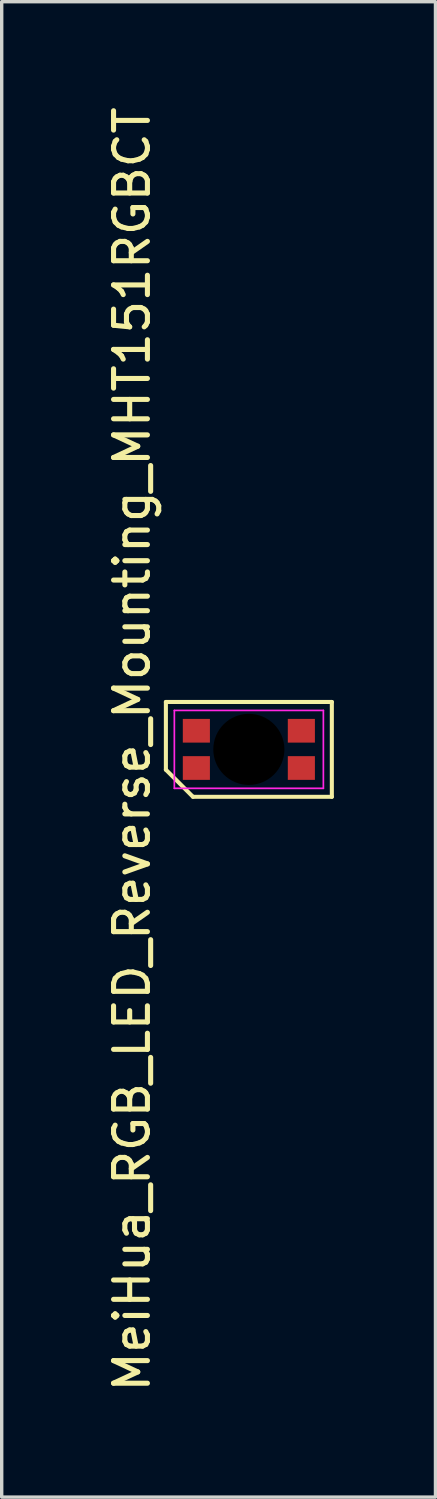
<source format=kicad_pcb>
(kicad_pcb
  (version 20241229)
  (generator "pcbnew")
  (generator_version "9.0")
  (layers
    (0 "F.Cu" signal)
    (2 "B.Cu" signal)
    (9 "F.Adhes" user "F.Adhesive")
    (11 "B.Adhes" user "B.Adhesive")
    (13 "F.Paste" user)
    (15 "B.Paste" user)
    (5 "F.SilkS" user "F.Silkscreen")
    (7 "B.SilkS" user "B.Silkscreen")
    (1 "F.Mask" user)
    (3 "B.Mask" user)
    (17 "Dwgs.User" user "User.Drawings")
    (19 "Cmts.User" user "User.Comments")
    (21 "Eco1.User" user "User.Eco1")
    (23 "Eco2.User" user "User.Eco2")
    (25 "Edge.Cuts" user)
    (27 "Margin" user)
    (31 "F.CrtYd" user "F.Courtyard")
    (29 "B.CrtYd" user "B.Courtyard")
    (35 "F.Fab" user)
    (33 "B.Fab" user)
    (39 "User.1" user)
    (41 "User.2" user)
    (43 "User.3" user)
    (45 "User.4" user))
  (footprint "MeiHua_RGB_LED_Reverse_Mounting_MHT151RGBCT"
    (layer "F.Cu")
    (at 4.298 19.077)
    (property "Reference" "MeiHua_RGB_LED_Reverse_Mounting_MHT151RGBCT" (at -3.45 0 90) (layer "F.SilkS") (effects (font (size 1 1) (thickness 0.15))))
    (attr smd)
    (fp_line (start -2.45 -1.4) (end 2.45 -1.4) (stroke (width 0.12) (type default)) (layer "F.SilkS"))
    (fp_line (start -2.45 0.6) (end -2.45 -1.4) (stroke (width 0.12) (type default)) (layer "F.SilkS"))
    (fp_line (start -1.65 1.4) (end -2.45 0.6) (stroke (width 0.12) (type default)) (layer "F.SilkS"))
    (fp_line (start 2.45 -1.4) (end 2.45 1.4) (stroke (width 0.12) (type default)) (layer "F.SilkS"))
    (fp_line (start 2.45 1.4) (end -1.65 1.4) (stroke (width 0.12) (type default)) (layer "F.SilkS"))
    (fp_line (start -2.2 -1.15) (end 2.2 -1.15) (stroke (width 0.05) (type default)) (layer "F.CrtYd"))
    (fp_line (start -2.2 1.15) (end -2.2 -1.15) (stroke (width 0.05) (type default)) (layer "F.CrtYd"))
    (fp_line (start 2.2 -1.15) (end 2.2 1.15) (stroke (width 0.05) (type default)) (layer "F.CrtYd"))
    (fp_line (start 2.2 1.15) (end -2.2 1.15) (stroke (width 0.05) (type default)) (layer "F.CrtYd"))
    (pad "" np_thru_hole circle (at 0 0) (size 2.1 2.1) (drill 2.1) (layers "*.Mask"))
    (pad "1" smd rect (at -1.55 0.55) (size 0.8 0.7) (layers "F.Cu" "F.Mask" "F.Paste"))
    (pad "2" smd rect (at -1.55 -0.55) (size 0.8 0.7) (layers "F.Cu" "F.Mask" "F.Paste"))
    (pad "3" smd rect (at 1.55 -0.55) (size 0.8 0.7) (layers "F.Cu" "F.Mask" "F.Paste"))
    (pad "4" smd rect (at 1.55 0.55) (size 0.8 0.7) (layers "F.Cu" "F.Mask" "F.Paste")))
  (gr_rect
    (start -3 -3)
    (end 9.808 41.155)
    (stroke (width 0.1) (type default))
    (fill no)
    (layer "Edge.Cuts")))
</source>
